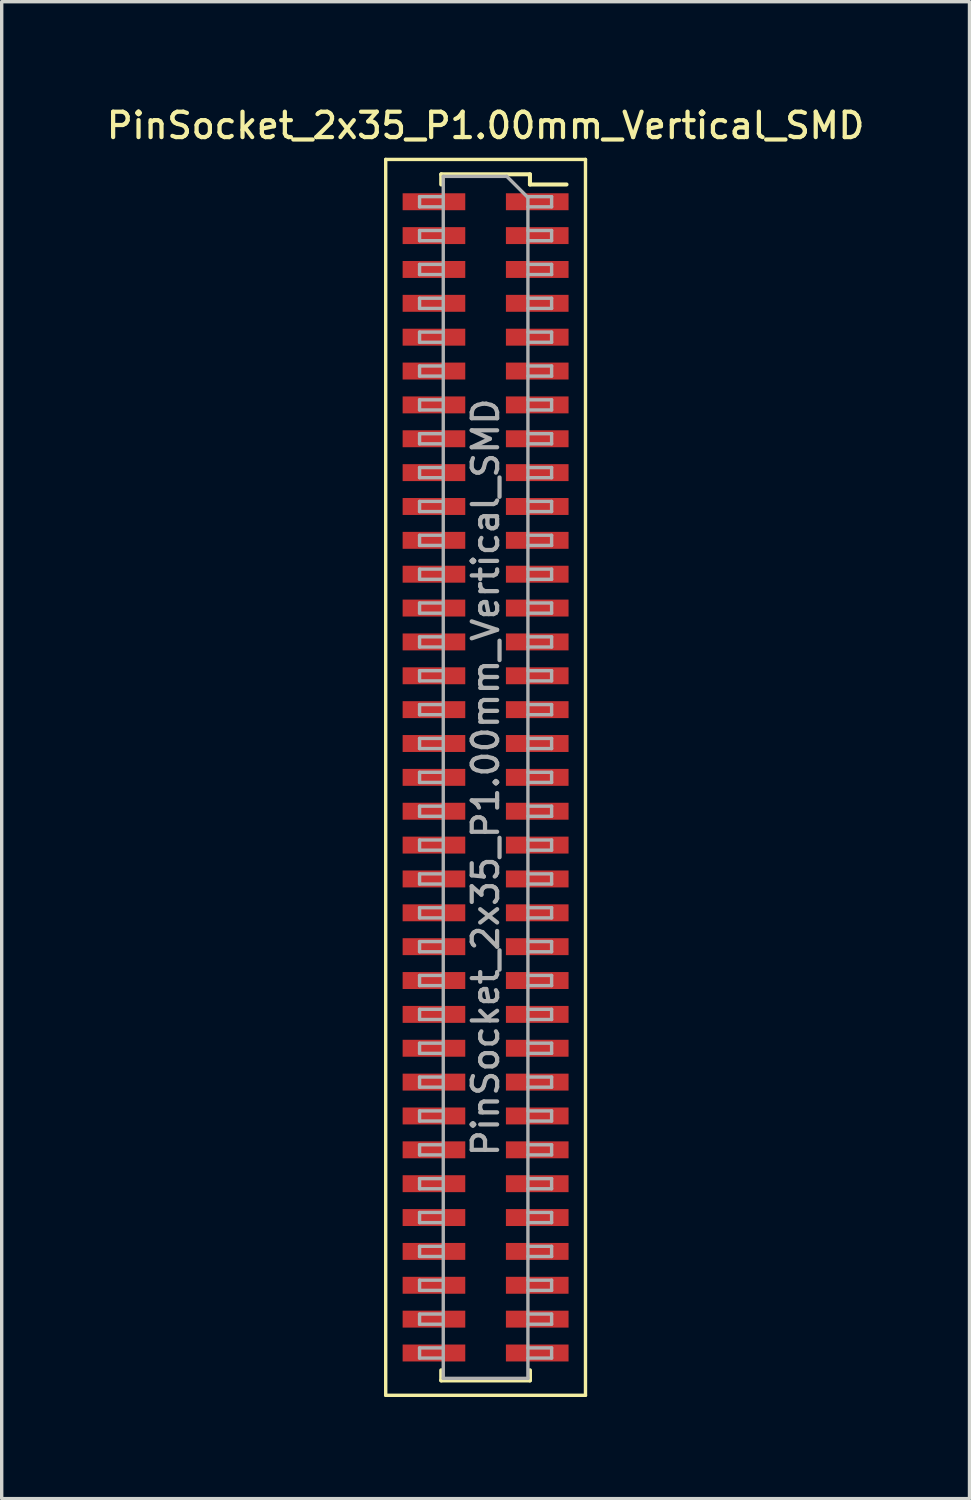
<source format=kicad_pcb>
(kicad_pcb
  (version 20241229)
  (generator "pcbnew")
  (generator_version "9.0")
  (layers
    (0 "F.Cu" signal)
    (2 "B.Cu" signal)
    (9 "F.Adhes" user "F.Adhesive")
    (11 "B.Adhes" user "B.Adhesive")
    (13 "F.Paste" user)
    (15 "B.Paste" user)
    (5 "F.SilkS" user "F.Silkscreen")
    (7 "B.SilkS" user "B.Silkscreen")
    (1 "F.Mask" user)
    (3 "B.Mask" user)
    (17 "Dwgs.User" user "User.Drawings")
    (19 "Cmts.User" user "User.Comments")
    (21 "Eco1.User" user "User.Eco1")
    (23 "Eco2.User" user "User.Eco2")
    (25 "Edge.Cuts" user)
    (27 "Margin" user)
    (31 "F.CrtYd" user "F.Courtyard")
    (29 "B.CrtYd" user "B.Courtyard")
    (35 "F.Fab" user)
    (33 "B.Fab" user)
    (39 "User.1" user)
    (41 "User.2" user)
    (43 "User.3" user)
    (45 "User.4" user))
  (footprint "PinSocket_2x35_P1.00mm_Vertical_SMD"
    (layer "F.Cu")
    (at 11.291 19.908)
    (property "Reference" "PinSocket_2x35_P1.00mm_Vertical_SMD" (at 0 -19.25 0) (layer "F.SilkS") (effects (font (size 0.75 0.75) (thickness 0.125))))
    (attr smd)
    (fp_line (start -2.95 -18.25) (end 2.95 -18.25) (stroke (width 0.1) (type solid)) (layer "F.SilkS"))
    (fp_line (start -2.95 18.25) (end -2.95 -18.25) (stroke (width 0.1) (type solid)) (layer "F.SilkS"))
    (fp_line (start -1.31 -17.81) (end -1.31 -17.51) (stroke (width 0.12) (type solid)) (layer "F.SilkS"))
    (fp_line (start -1.31 -17.81) (end 1.31 -17.81) (stroke (width 0.12) (type solid)) (layer "F.SilkS"))
    (fp_line (start -1.31 17.51) (end -1.31 17.81) (stroke (width 0.12) (type solid)) (layer "F.SilkS"))
    (fp_line (start -1.31 17.81) (end 1.31 17.81) (stroke (width 0.12) (type solid)) (layer "F.SilkS"))
    (fp_line (start 1.31 -17.81) (end 1.31 -17.51) (stroke (width 0.12) (type solid)) (layer "F.SilkS"))
    (fp_line (start 1.31 -17.51) (end 2.39 -17.51) (stroke (width 0.12) (type solid)) (layer "F.SilkS"))
    (fp_line (start 1.31 17.51) (end 1.31 17.81) (stroke (width 0.12) (type solid)) (layer "F.SilkS"))
    (fp_line (start 2.95 -18.25) (end 2.95 18.25) (stroke (width 0.1) (type solid)) (layer "F.SilkS"))
    (fp_line (start 2.95 18.25) (end -2.95 18.25) (stroke (width 0.1) (type solid)) (layer "F.SilkS"))
    (fp_line (start -1.95 -17.15) (end -1.25 -17.15) (stroke (width 0.1) (type solid)) (layer "F.Fab"))
    (fp_line (start -1.95 -16.85) (end -1.95 -17.15) (stroke (width 0.1) (type solid)) (layer "F.Fab"))
    (fp_line (start -1.95 -16.15) (end -1.25 -16.15) (stroke (width 0.1) (type solid)) (layer "F.Fab"))
    (fp_line (start -1.95 -15.85) (end -1.95 -16.15) (stroke (width 0.1) (type solid)) (layer "F.Fab"))
    (fp_line (start -1.95 -15.15) (end -1.25 -15.15) (stroke (width 0.1) (type solid)) (layer "F.Fab"))
    (fp_line (start -1.95 -14.85) (end -1.95 -15.15) (stroke (width 0.1) (type solid)) (layer "F.Fab"))
    (fp_line (start -1.95 -14.15) (end -1.25 -14.15) (stroke (width 0.1) (type solid)) (layer "F.Fab"))
    (fp_line (start -1.95 -13.85) (end -1.95 -14.15) (stroke (width 0.1) (type solid)) (layer "F.Fab"))
    (fp_line (start -1.95 -13.15) (end -1.25 -13.15) (stroke (width 0.1) (type solid)) (layer "F.Fab"))
    (fp_line (start -1.95 -12.85) (end -1.95 -13.15) (stroke (width 0.1) (type solid)) (layer "F.Fab"))
    (fp_line (start -1.95 -12.15) (end -1.25 -12.15) (stroke (width 0.1) (type solid)) (layer "F.Fab"))
    (fp_line (start -1.95 -11.85) (end -1.95 -12.15) (stroke (width 0.1) (type solid)) (layer "F.Fab"))
    (fp_line (start -1.95 -11.15) (end -1.25 -11.15) (stroke (width 0.1) (type solid)) (layer "F.Fab"))
    (fp_line (start -1.95 -10.85) (end -1.95 -11.15) (stroke (width 0.1) (type solid)) (layer "F.Fab"))
    (fp_line (start -1.95 -10.15) (end -1.25 -10.15) (stroke (width 0.1) (type solid)) (layer "F.Fab"))
    (fp_line (start -1.95 -9.85) (end -1.95 -10.15) (stroke (width 0.1) (type solid)) (layer "F.Fab"))
    (fp_line (start -1.95 -9.15) (end -1.25 -9.15) (stroke (width 0.1) (type solid)) (layer "F.Fab"))
    (fp_line (start -1.95 -8.85) (end -1.95 -9.15) (stroke (width 0.1) (type solid)) (layer "F.Fab"))
    (fp_line (start -1.95 -8.15) (end -1.25 -8.15) (stroke (width 0.1) (type solid)) (layer "F.Fab"))
    (fp_line (start -1.95 -7.85) (end -1.95 -8.15) (stroke (width 0.1) (type solid)) (layer "F.Fab"))
    (fp_line (start -1.95 -7.15) (end -1.25 -7.15) (stroke (width 0.1) (type solid)) (layer "F.Fab"))
    (fp_line (start -1.95 -6.85) (end -1.95 -7.15) (stroke (width 0.1) (type solid)) (layer "F.Fab"))
    (fp_line (start -1.95 -6.15) (end -1.25 -6.15) (stroke (width 0.1) (type solid)) (layer "F.Fab"))
    (fp_line (start -1.95 -5.85) (end -1.95 -6.15) (stroke (width 0.1) (type solid)) (layer "F.Fab"))
    (fp_line (start -1.95 -5.15) (end -1.25 -5.15) (stroke (width 0.1) (type solid)) (layer "F.Fab"))
    (fp_line (start -1.95 -4.85) (end -1.95 -5.15) (stroke (width 0.1) (type solid)) (layer "F.Fab"))
    (fp_line (start -1.95 -4.15) (end -1.25 -4.15) (stroke (width 0.1) (type solid)) (layer "F.Fab"))
    (fp_line (start -1.95 -3.85) (end -1.95 -4.15) (stroke (width 0.1) (type solid)) (layer "F.Fab"))
    (fp_line (start -1.95 -3.15) (end -1.25 -3.15) (stroke (width 0.1) (type solid)) (layer "F.Fab"))
    (fp_line (start -1.95 -2.85) (end -1.95 -3.15) (stroke (width 0.1) (type solid)) (layer "F.Fab"))
    (fp_line (start -1.95 -2.15) (end -1.25 -2.15) (stroke (width 0.1) (type solid)) (layer "F.Fab"))
    (fp_line (start -1.95 -1.85) (end -1.95 -2.15) (stroke (width 0.1) (type solid)) (layer "F.Fab"))
    (fp_line (start -1.95 -1.15) (end -1.25 -1.15) (stroke (width 0.1) (type solid)) (layer "F.Fab"))
    (fp_line (start -1.95 -0.85) (end -1.95 -1.15) (stroke (width 0.1) (type solid)) (layer "F.Fab"))
    (fp_line (start -1.95 -0.15) (end -1.25 -0.15) (stroke (width 0.1) (type solid)) (layer "F.Fab"))
    (fp_line (start -1.95 0.15) (end -1.95 -0.15) (stroke (width 0.1) (type solid)) (layer "F.Fab"))
    (fp_line (start -1.95 0.85) (end -1.25 0.85) (stroke (width 0.1) (type solid)) (layer "F.Fab"))
    (fp_line (start -1.95 1.15) (end -1.95 0.85) (stroke (width 0.1) (type solid)) (layer "F.Fab"))
    (fp_line (start -1.95 1.85) (end -1.25 1.85) (stroke (width 0.1) (type solid)) (layer "F.Fab"))
    (fp_line (start -1.95 2.15) (end -1.95 1.85) (stroke (width 0.1) (type solid)) (layer "F.Fab"))
    (fp_line (start -1.95 2.85) (end -1.25 2.85) (stroke (width 0.1) (type solid)) (layer "F.Fab"))
    (fp_line (start -1.95 3.15) (end -1.95 2.85) (stroke (width 0.1) (type solid)) (layer "F.Fab"))
    (fp_line (start -1.95 3.85) (end -1.25 3.85) (stroke (width 0.1) (type solid)) (layer "F.Fab"))
    (fp_line (start -1.95 4.15) (end -1.95 3.85) (stroke (width 0.1) (type solid)) (layer "F.Fab"))
    (fp_line (start -1.95 4.85) (end -1.25 4.85) (stroke (width 0.1) (type solid)) (layer "F.Fab"))
    (fp_line (start -1.95 5.15) (end -1.95 4.85) (stroke (width 0.1) (type solid)) (layer "F.Fab"))
    (fp_line (start -1.95 5.85) (end -1.25 5.85) (stroke (width 0.1) (type solid)) (layer "F.Fab"))
    (fp_line (start -1.95 6.15) (end -1.95 5.85) (stroke (width 0.1) (type solid)) (layer "F.Fab"))
    (fp_line (start -1.95 6.85) (end -1.25 6.85) (stroke (width 0.1) (type solid)) (layer "F.Fab"))
    (fp_line (start -1.95 7.15) (end -1.95 6.85) (stroke (width 0.1) (type solid)) (layer "F.Fab"))
    (fp_line (start -1.95 7.85) (end -1.25 7.85) (stroke (width 0.1) (type solid)) (layer "F.Fab"))
    (fp_line (start -1.95 8.15) (end -1.95 7.85) (stroke (width 0.1) (type solid)) (layer "F.Fab"))
    (fp_line (start -1.95 8.85) (end -1.25 8.85) (stroke (width 0.1) (type solid)) (layer "F.Fab"))
    (fp_line (start -1.95 9.15) (end -1.95 8.85) (stroke (width 0.1) (type solid)) (layer "F.Fab"))
    (fp_line (start -1.95 9.85) (end -1.25 9.85) (stroke (width 0.1) (type solid)) (layer "F.Fab"))
    (fp_line (start -1.95 10.15) (end -1.95 9.85) (stroke (width 0.1) (type solid)) (layer "F.Fab"))
    (fp_line (start -1.95 10.85) (end -1.25 10.85) (stroke (width 0.1) (type solid)) (layer "F.Fab"))
    (fp_line (start -1.95 11.15) (end -1.95 10.85) (stroke (width 0.1) (type solid)) (layer "F.Fab"))
    (fp_line (start -1.95 11.85) (end -1.25 11.85) (stroke (width 0.1) (type solid)) (layer "F.Fab"))
    (fp_line (start -1.95 12.15) (end -1.95 11.85) (stroke (width 0.1) (type solid)) (layer "F.Fab"))
    (fp_line (start -1.95 12.85) (end -1.25 12.85) (stroke (width 0.1) (type solid)) (layer "F.Fab"))
    (fp_line (start -1.95 13.15) (end -1.95 12.85) (stroke (width 0.1) (type solid)) (layer "F.Fab"))
    (fp_line (start -1.95 13.85) (end -1.25 13.85) (stroke (width 0.1) (type solid)) (layer "F.Fab"))
    (fp_line (start -1.95 14.15) (end -1.95 13.85) (stroke (width 0.1) (type solid)) (layer "F.Fab"))
    (fp_line (start -1.95 14.85) (end -1.25 14.85) (stroke (width 0.1) (type solid)) (layer "F.Fab"))
    (fp_line (start -1.95 15.15) (end -1.95 14.85) (stroke (width 0.1) (type solid)) (layer "F.Fab"))
    (fp_line (start -1.95 15.85) (end -1.25 15.85) (stroke (width 0.1) (type solid)) (layer "F.Fab"))
    (fp_line (start -1.95 16.15) (end -1.95 15.85) (stroke (width 0.1) (type solid)) (layer "F.Fab"))
    (fp_line (start -1.95 16.85) (end -1.25 16.85) (stroke (width 0.1) (type solid)) (layer "F.Fab"))
    (fp_line (start -1.95 17.15) (end -1.95 16.85) (stroke (width 0.1) (type solid)) (layer "F.Fab"))
    (fp_line (start -1.25 -17.75) (end 0.625 -17.75) (stroke (width 0.1) (type solid)) (layer "F.Fab"))
    (fp_line (start -1.25 -16.85) (end -1.95 -16.85) (stroke (width 0.1) (type solid)) (layer "F.Fab"))
    (fp_line (start -1.25 -15.85) (end -1.95 -15.85) (stroke (width 0.1) (type solid)) (layer "F.Fab"))
    (fp_line (start -1.25 -14.85) (end -1.95 -14.85) (stroke (width 0.1) (type solid)) (layer "F.Fab"))
    (fp_line (start -1.25 -13.85) (end -1.95 -13.85) (stroke (width 0.1) (type solid)) (layer "F.Fab"))
    (fp_line (start -1.25 -12.85) (end -1.95 -12.85) (stroke (width 0.1) (type solid)) (layer "F.Fab"))
    (fp_line (start -1.25 -11.85) (end -1.95 -11.85) (stroke (width 0.1) (type solid)) (layer "F.Fab"))
    (fp_line (start -1.25 -10.85) (end -1.95 -10.85) (stroke (width 0.1) (type solid)) (layer "F.Fab"))
    (fp_line (start -1.25 -9.85) (end -1.95 -9.85) (stroke (width 0.1) (type solid)) (layer "F.Fab"))
    (fp_line (start -1.25 -8.85) (end -1.95 -8.85) (stroke (width 0.1) (type solid)) (layer "F.Fab"))
    (fp_line (start -1.25 -7.85) (end -1.95 -7.85) (stroke (width 0.1) (type solid)) (layer "F.Fab"))
    (fp_line (start -1.25 -6.85) (end -1.95 -6.85) (stroke (width 0.1) (type solid)) (layer "F.Fab"))
    (fp_line (start -1.25 -5.85) (end -1.95 -5.85) (stroke (width 0.1) (type solid)) (layer "F.Fab"))
    (fp_line (start -1.25 -4.85) (end -1.95 -4.85) (stroke (width 0.1) (type solid)) (layer "F.Fab"))
    (fp_line (start -1.25 -3.85) (end -1.95 -3.85) (stroke (width 0.1) (type solid)) (layer "F.Fab"))
    (fp_line (start -1.25 -2.85) (end -1.95 -2.85) (stroke (width 0.1) (type solid)) (layer "F.Fab"))
    (fp_line (start -1.25 -1.85) (end -1.95 -1.85) (stroke (width 0.1) (type solid)) (layer "F.Fab"))
    (fp_line (start -1.25 -0.85) (end -1.95 -0.85) (stroke (width 0.1) (type solid)) (layer "F.Fab"))
    (fp_line (start -1.25 0.15) (end -1.95 0.15) (stroke (width 0.1) (type solid)) (layer "F.Fab"))
    (fp_line (start -1.25 1.15) (end -1.95 1.15) (stroke (width 0.1) (type solid)) (layer "F.Fab"))
    (fp_line (start -1.25 2.15) (end -1.95 2.15) (stroke (width 0.1) (type solid)) (layer "F.Fab"))
    (fp_line (start -1.25 3.15) (end -1.95 3.15) (stroke (width 0.1) (type solid)) (layer "F.Fab"))
    (fp_line (start -1.25 4.15) (end -1.95 4.15) (stroke (width 0.1) (type solid)) (layer "F.Fab"))
    (fp_line (start -1.25 5.15) (end -1.95 5.15) (stroke (width 0.1) (type solid)) (layer "F.Fab"))
    (fp_line (start -1.25 6.15) (end -1.95 6.15) (stroke (width 0.1) (type solid)) (layer "F.Fab"))
    (fp_line (start -1.25 7.15) (end -1.95 7.15) (stroke (width 0.1) (type solid)) (layer "F.Fab"))
    (fp_line (start -1.25 8.15) (end -1.95 8.15) (stroke (width 0.1) (type solid)) (layer "F.Fab"))
    (fp_line (start -1.25 9.15) (end -1.95 9.15) (stroke (width 0.1) (type solid)) (layer "F.Fab"))
    (fp_line (start -1.25 10.15) (end -1.95 10.15) (stroke (width 0.1) (type solid)) (layer "F.Fab"))
    (fp_line (start -1.25 11.15) (end -1.95 11.15) (stroke (width 0.1) (type solid)) (layer "F.Fab"))
    (fp_line (start -1.25 12.15) (end -1.95 12.15) (stroke (width 0.1) (type solid)) (layer "F.Fab"))
    (fp_line (start -1.25 13.15) (end -1.95 13.15) (stroke (width 0.1) (type solid)) (layer "F.Fab"))
    (fp_line (start -1.25 14.15) (end -1.95 14.15) (stroke (width 0.1) (type solid)) (layer "F.Fab"))
    (fp_line (start -1.25 15.15) (end -1.95 15.15) (stroke (width 0.1) (type solid)) (layer "F.Fab"))
    (fp_line (start -1.25 16.15) (end -1.95 16.15) (stroke (width 0.1) (type solid)) (layer "F.Fab"))
    (fp_line (start -1.25 17.15) (end -1.95 17.15) (stroke (width 0.1) (type solid)) (layer "F.Fab"))
    (fp_line (start -1.25 17.75) (end -1.25 -17.75) (stroke (width 0.1) (type solid)) (layer "F.Fab"))
    (fp_line (start 0.625 -17.75) (end 1.25 -17.125) (stroke (width 0.1) (type solid)) (layer "F.Fab"))
    (fp_line (start 1.25 -17.15) (end 1.95 -17.15) (stroke (width 0.1) (type solid)) (layer "F.Fab"))
    (fp_line (start 1.25 -17.125) (end 1.25 17.75) (stroke (width 0.1) (type solid)) (layer "F.Fab"))
    (fp_line (start 1.25 -16.15) (end 1.95 -16.15) (stroke (width 0.1) (type solid)) (layer "F.Fab"))
    (fp_line (start 1.25 -15.15) (end 1.95 -15.15) (stroke (width 0.1) (type solid)) (layer "F.Fab"))
    (fp_line (start 1.25 -14.15) (end 1.95 -14.15) (stroke (width 0.1) (type solid)) (layer "F.Fab"))
    (fp_line (start 1.25 -13.15) (end 1.95 -13.15) (stroke (width 0.1) (type solid)) (layer "F.Fab"))
    (fp_line (start 1.25 -12.15) (end 1.95 -12.15) (stroke (width 0.1) (type solid)) (layer "F.Fab"))
    (fp_line (start 1.25 -11.15) (end 1.95 -11.15) (stroke (width 0.1) (type solid)) (layer "F.Fab"))
    (fp_line (start 1.25 -10.15) (end 1.95 -10.15) (stroke (width 0.1) (type solid)) (layer "F.Fab"))
    (fp_line (start 1.25 -9.15) (end 1.95 -9.15) (stroke (width 0.1) (type solid)) (layer "F.Fab"))
    (fp_line (start 1.25 -8.15) (end 1.95 -8.15) (stroke (width 0.1) (type solid)) (layer "F.Fab"))
    (fp_line (start 1.25 -7.15) (end 1.95 -7.15) (stroke (width 0.1) (type solid)) (layer "F.Fab"))
    (fp_line (start 1.25 -6.15) (end 1.95 -6.15) (stroke (width 0.1) (type solid)) (layer "F.Fab"))
    (fp_line (start 1.25 -5.15) (end 1.95 -5.15) (stroke (width 0.1) (type solid)) (layer "F.Fab"))
    (fp_line (start 1.25 -4.15) (end 1.95 -4.15) (stroke (width 0.1) (type solid)) (layer "F.Fab"))
    (fp_line (start 1.25 -3.15) (end 1.95 -3.15) (stroke (width 0.1) (type solid)) (layer "F.Fab"))
    (fp_line (start 1.25 -2.15) (end 1.95 -2.15) (stroke (width 0.1) (type solid)) (layer "F.Fab"))
    (fp_line (start 1.25 -1.15) (end 1.95 -1.15) (stroke (width 0.1) (type solid)) (layer "F.Fab"))
    (fp_line (start 1.25 -0.15) (end 1.95 -0.15) (stroke (width 0.1) (type solid)) (layer "F.Fab"))
    (fp_line (start 1.25 0.85) (end 1.95 0.85) (stroke (width 0.1) (type solid)) (layer "F.Fab"))
    (fp_line (start 1.25 1.85) (end 1.95 1.85) (stroke (width 0.1) (type solid)) (layer "F.Fab"))
    (fp_line (start 1.25 2.85) (end 1.95 2.85) (stroke (width 0.1) (type solid)) (layer "F.Fab"))
    (fp_line (start 1.25 3.85) (end 1.95 3.85) (stroke (width 0.1) (type solid)) (layer "F.Fab"))
    (fp_line (start 1.25 4.85) (end 1.95 4.85) (stroke (width 0.1) (type solid)) (layer "F.Fab"))
    (fp_line (start 1.25 5.85) (end 1.95 5.85) (stroke (width 0.1) (type solid)) (layer "F.Fab"))
    (fp_line (start 1.25 6.85) (end 1.95 6.85) (stroke (width 0.1) (type solid)) (layer "F.Fab"))
    (fp_line (start 1.25 7.85) (end 1.95 7.85) (stroke (width 0.1) (type solid)) (layer "F.Fab"))
    (fp_line (start 1.25 8.85) (end 1.95 8.85) (stroke (width 0.1) (type solid)) (layer "F.Fab"))
    (fp_line (start 1.25 9.85) (end 1.95 9.85) (stroke (width 0.1) (type solid)) (layer "F.Fab"))
    (fp_line (start 1.25 10.85) (end 1.95 10.85) (stroke (width 0.1) (type solid)) (layer "F.Fab"))
    (fp_line (start 1.25 11.85) (end 1.95 11.85) (stroke (width 0.1) (type solid)) (layer "F.Fab"))
    (fp_line (start 1.25 12.85) (end 1.95 12.85) (stroke (width 0.1) (type solid)) (layer "F.Fab"))
    (fp_line (start 1.25 13.85) (end 1.95 13.85) (stroke (width 0.1) (type solid)) (layer "F.Fab"))
    (fp_line (start 1.25 14.85) (end 1.95 14.85) (stroke (width 0.1) (type solid)) (layer "F.Fab"))
    (fp_line (start 1.25 15.85) (end 1.95 15.85) (stroke (width 0.1) (type solid)) (layer "F.Fab"))
    (fp_line (start 1.25 16.85) (end 1.95 16.85) (stroke (width 0.1) (type solid)) (layer "F.Fab"))
    (fp_line (start 1.25 17.75) (end -1.25 17.75) (stroke (width 0.1) (type solid)) (layer "F.Fab"))
    (fp_line (start 1.95 -17.15) (end 1.95 -16.85) (stroke (width 0.1) (type solid)) (layer "F.Fab"))
    (fp_line (start 1.95 -16.85) (end 1.25 -16.85) (stroke (width 0.1) (type solid)) (layer "F.Fab"))
    (fp_line (start 1.95 -16.15) (end 1.95 -15.85) (stroke (width 0.1) (type solid)) (layer "F.Fab"))
    (fp_line (start 1.95 -15.85) (end 1.25 -15.85) (stroke (width 0.1) (type solid)) (layer "F.Fab"))
    (fp_line (start 1.95 -15.15) (end 1.95 -14.85) (stroke (width 0.1) (type solid)) (layer "F.Fab"))
    (fp_line (start 1.95 -14.85) (end 1.25 -14.85) (stroke (width 0.1) (type solid)) (layer "F.Fab"))
    (fp_line (start 1.95 -14.15) (end 1.95 -13.85) (stroke (width 0.1) (type solid)) (layer "F.Fab"))
    (fp_line (start 1.95 -13.85) (end 1.25 -13.85) (stroke (width 0.1) (type solid)) (layer "F.Fab"))
    (fp_line (start 1.95 -13.15) (end 1.95 -12.85) (stroke (width 0.1) (type solid)) (layer "F.Fab"))
    (fp_line (start 1.95 -12.85) (end 1.25 -12.85) (stroke (width 0.1) (type solid)) (layer "F.Fab"))
    (fp_line (start 1.95 -12.15) (end 1.95 -11.85) (stroke (width 0.1) (type solid)) (layer "F.Fab"))
    (fp_line (start 1.95 -11.85) (end 1.25 -11.85) (stroke (width 0.1) (type solid)) (layer "F.Fab"))
    (fp_line (start 1.95 -11.15) (end 1.95 -10.85) (stroke (width 0.1) (type solid)) (layer "F.Fab"))
    (fp_line (start 1.95 -10.85) (end 1.25 -10.85) (stroke (width 0.1) (type solid)) (layer "F.Fab"))
    (fp_line (start 1.95 -10.15) (end 1.95 -9.85) (stroke (width 0.1) (type solid)) (layer "F.Fab"))
    (fp_line (start 1.95 -9.85) (end 1.25 -9.85) (stroke (width 0.1) (type solid)) (layer "F.Fab"))
    (fp_line (start 1.95 -9.15) (end 1.95 -8.85) (stroke (width 0.1) (type solid)) (layer "F.Fab"))
    (fp_line (start 1.95 -8.85) (end 1.25 -8.85) (stroke (width 0.1) (type solid)) (layer "F.Fab"))
    (fp_line (start 1.95 -8.15) (end 1.95 -7.85) (stroke (width 0.1) (type solid)) (layer "F.Fab"))
    (fp_line (start 1.95 -7.85) (end 1.25 -7.85) (stroke (width 0.1) (type solid)) (layer "F.Fab"))
    (fp_line (start 1.95 -7.15) (end 1.95 -6.85) (stroke (width 0.1) (type solid)) (layer "F.Fab"))
    (fp_line (start 1.95 -6.85) (end 1.25 -6.85) (stroke (width 0.1) (type solid)) (layer "F.Fab"))
    (fp_line (start 1.95 -6.15) (end 1.95 -5.85) (stroke (width 0.1) (type solid)) (layer "F.Fab"))
    (fp_line (start 1.95 -5.85) (end 1.25 -5.85) (stroke (width 0.1) (type solid)) (layer "F.Fab"))
    (fp_line (start 1.95 -5.15) (end 1.95 -4.85) (stroke (width 0.1) (type solid)) (layer "F.Fab"))
    (fp_line (start 1.95 -4.85) (end 1.25 -4.85) (stroke (width 0.1) (type solid)) (layer "F.Fab"))
    (fp_line (start 1.95 -4.15) (end 1.95 -3.85) (stroke (width 0.1) (type solid)) (layer "F.Fab"))
    (fp_line (start 1.95 -3.85) (end 1.25 -3.85) (stroke (width 0.1) (type solid)) (layer "F.Fab"))
    (fp_line (start 1.95 -3.15) (end 1.95 -2.85) (stroke (width 0.1) (type solid)) (layer "F.Fab"))
    (fp_line (start 1.95 -2.85) (end 1.25 -2.85) (stroke (width 0.1) (type solid)) (layer "F.Fab"))
    (fp_line (start 1.95 -2.15) (end 1.95 -1.85) (stroke (width 0.1) (type solid)) (layer "F.Fab"))
    (fp_line (start 1.95 -1.85) (end 1.25 -1.85) (stroke (width 0.1) (type solid)) (layer "F.Fab"))
    (fp_line (start 1.95 -1.15) (end 1.95 -0.85) (stroke (width 0.1) (type solid)) (layer "F.Fab"))
    (fp_line (start 1.95 -0.85) (end 1.25 -0.85) (stroke (width 0.1) (type solid)) (layer "F.Fab"))
    (fp_line (start 1.95 -0.15) (end 1.95 0.15) (stroke (width 0.1) (type solid)) (layer "F.Fab"))
    (fp_line (start 1.95 0.15) (end 1.25 0.15) (stroke (width 0.1) (type solid)) (layer "F.Fab"))
    (fp_line (start 1.95 0.85) (end 1.95 1.15) (stroke (width 0.1) (type solid)) (layer "F.Fab"))
    (fp_line (start 1.95 1.15) (end 1.25 1.15) (stroke (width 0.1) (type solid)) (layer "F.Fab"))
    (fp_line (start 1.95 1.85) (end 1.95 2.15) (stroke (width 0.1) (type solid)) (layer "F.Fab"))
    (fp_line (start 1.95 2.15) (end 1.25 2.15) (stroke (width 0.1) (type solid)) (layer "F.Fab"))
    (fp_line (start 1.95 2.85) (end 1.95 3.15) (stroke (width 0.1) (type solid)) (layer "F.Fab"))
    (fp_line (start 1.95 3.15) (end 1.25 3.15) (stroke (width 0.1) (type solid)) (layer "F.Fab"))
    (fp_line (start 1.95 3.85) (end 1.95 4.15) (stroke (width 0.1) (type solid)) (layer "F.Fab"))
    (fp_line (start 1.95 4.15) (end 1.25 4.15) (stroke (width 0.1) (type solid)) (layer "F.Fab"))
    (fp_line (start 1.95 4.85) (end 1.95 5.15) (stroke (width 0.1) (type solid)) (layer "F.Fab"))
    (fp_line (start 1.95 5.15) (end 1.25 5.15) (stroke (width 0.1) (type solid)) (layer "F.Fab"))
    (fp_line (start 1.95 5.85) (end 1.95 6.15) (stroke (width 0.1) (type solid)) (layer "F.Fab"))
    (fp_line (start 1.95 6.15) (end 1.25 6.15) (stroke (width 0.1) (type solid)) (layer "F.Fab"))
    (fp_line (start 1.95 6.85) (end 1.95 7.15) (stroke (width 0.1) (type solid)) (layer "F.Fab"))
    (fp_line (start 1.95 7.15) (end 1.25 7.15) (stroke (width 0.1) (type solid)) (layer "F.Fab"))
    (fp_line (start 1.95 7.85) (end 1.95 8.15) (stroke (width 0.1) (type solid)) (layer "F.Fab"))
    (fp_line (start 1.95 8.15) (end 1.25 8.15) (stroke (width 0.1) (type solid)) (layer "F.Fab"))
    (fp_line (start 1.95 8.85) (end 1.95 9.15) (stroke (width 0.1) (type solid)) (layer "F.Fab"))
    (fp_line (start 1.95 9.15) (end 1.25 9.15) (stroke (width 0.1) (type solid)) (layer "F.Fab"))
    (fp_line (start 1.95 9.85) (end 1.95 10.15) (stroke (width 0.1) (type solid)) (layer "F.Fab"))
    (fp_line (start 1.95 10.15) (end 1.25 10.15) (stroke (width 0.1) (type solid)) (layer "F.Fab"))
    (fp_line (start 1.95 10.85) (end 1.95 11.15) (stroke (width 0.1) (type solid)) (layer "F.Fab"))
    (fp_line (start 1.95 11.15) (end 1.25 11.15) (stroke (width 0.1) (type solid)) (layer "F.Fab"))
    (fp_line (start 1.95 11.85) (end 1.95 12.15) (stroke (width 0.1) (type solid)) (layer "F.Fab"))
    (fp_line (start 1.95 12.15) (end 1.25 12.15) (stroke (width 0.1) (type solid)) (layer "F.Fab"))
    (fp_line (start 1.95 12.85) (end 1.95 13.15) (stroke (width 0.1) (type solid)) (layer "F.Fab"))
    (fp_line (start 1.95 13.15) (end 1.25 13.15) (stroke (width 0.1) (type solid)) (layer "F.Fab"))
    (fp_line (start 1.95 13.85) (end 1.95 14.15) (stroke (width 0.1) (type solid)) (layer "F.Fab"))
    (fp_line (start 1.95 14.15) (end 1.25 14.15) (stroke (width 0.1) (type solid)) (layer "F.Fab"))
    (fp_line (start 1.95 14.85) (end 1.95 15.15) (stroke (width 0.1) (type solid)) (layer "F.Fab"))
    (fp_line (start 1.95 15.15) (end 1.25 15.15) (stroke (width 0.1) (type solid)) (layer "F.Fab"))
    (fp_line (start 1.95 15.85) (end 1.95 16.15) (stroke (width 0.1) (type solid)) (layer "F.Fab"))
    (fp_line (start 1.95 16.15) (end 1.25 16.15) (stroke (width 0.1) (type solid)) (layer "F.Fab"))
    (fp_line (start 1.95 16.85) (end 1.95 17.15) (stroke (width 0.1) (type solid)) (layer "F.Fab"))
    (fp_line (start 1.95 17.15) (end 1.25 17.15) (stroke (width 0.1) (type solid)) (layer "F.Fab"))
    (fp_text user "${REFERENCE}" (at 0 0 90) (layer "F.Fab") (effects (font (size 0.75 0.75) (thickness 0.125))))
    (pad "1" smd rect (at 1.525 -17) (size 1.85 0.5) (layers "F.Cu" "F.Mask" "F.Paste"))
    (pad "2" smd rect (at -1.525 -17) (size 1.85 0.5) (layers "F.Cu" "F.Mask" "F.Paste"))
    (pad "3" smd rect (at 1.525 -16) (size 1.85 0.5) (layers "F.Cu" "F.Mask" "F.Paste"))
    (pad "4" smd rect (at -1.525 -16) (size 1.85 0.5) (layers "F.Cu" "F.Mask" "F.Paste"))
    (pad "5" smd rect (at 1.525 -15) (size 1.85 0.5) (layers "F.Cu" "F.Mask" "F.Paste"))
    (pad "6" smd rect (at -1.525 -15) (size 1.85 0.5) (layers "F.Cu" "F.Mask" "F.Paste"))
    (pad "7" smd rect (at 1.525 -14) (size 1.85 0.5) (layers "F.Cu" "F.Mask" "F.Paste"))
    (pad "8" smd rect (at -1.525 -14) (size 1.85 0.5) (layers "F.Cu" "F.Mask" "F.Paste"))
    (pad "9" smd rect (at 1.525 -13) (size 1.85 0.5) (layers "F.Cu" "F.Mask" "F.Paste"))
    (pad "10" smd rect (at -1.525 -13) (size 1.85 0.5) (layers "F.Cu" "F.Mask" "F.Paste"))
    (pad "11" smd rect (at 1.525 -12) (size 1.85 0.5) (layers "F.Cu" "F.Mask" "F.Paste"))
    (pad "12" smd rect (at -1.525 -12) (size 1.85 0.5) (layers "F.Cu" "F.Mask" "F.Paste"))
    (pad "13" smd rect (at 1.525 -11) (size 1.85 0.5) (layers "F.Cu" "F.Mask" "F.Paste"))
    (pad "14" smd rect (at -1.525 -11) (size 1.85 0.5) (layers "F.Cu" "F.Mask" "F.Paste"))
    (pad "15" smd rect (at 1.525 -10) (size 1.85 0.5) (layers "F.Cu" "F.Mask" "F.Paste"))
    (pad "16" smd rect (at -1.525 -10) (size 1.85 0.5) (layers "F.Cu" "F.Mask" "F.Paste"))
    (pad "17" smd rect (at 1.525 -9) (size 1.85 0.5) (layers "F.Cu" "F.Mask" "F.Paste"))
    (pad "18" smd rect (at -1.525 -9) (size 1.85 0.5) (layers "F.Cu" "F.Mask" "F.Paste"))
    (pad "19" smd rect (at 1.525 -8) (size 1.85 0.5) (layers "F.Cu" "F.Mask" "F.Paste"))
    (pad "20" smd rect (at -1.525 -8) (size 1.85 0.5) (layers "F.Cu" "F.Mask" "F.Paste"))
    (pad "21" smd rect (at 1.525 -7) (size 1.85 0.5) (layers "F.Cu" "F.Mask" "F.Paste"))
    (pad "22" smd rect (at -1.525 -7) (size 1.85 0.5) (layers "F.Cu" "F.Mask" "F.Paste"))
    (pad "23" smd rect (at 1.525 -6) (size 1.85 0.5) (layers "F.Cu" "F.Mask" "F.Paste"))
    (pad "24" smd rect (at -1.525 -6) (size 1.85 0.5) (layers "F.Cu" "F.Mask" "F.Paste"))
    (pad "25" smd rect (at 1.525 -5) (size 1.85 0.5) (layers "F.Cu" "F.Mask" "F.Paste"))
    (pad "26" smd rect (at -1.525 -5) (size 1.85 0.5) (layers "F.Cu" "F.Mask" "F.Paste"))
    (pad "27" smd rect (at 1.525 -4) (size 1.85 0.5) (layers "F.Cu" "F.Mask" "F.Paste"))
    (pad "28" smd rect (at -1.525 -4) (size 1.85 0.5) (layers "F.Cu" "F.Mask" "F.Paste"))
    (pad "29" smd rect (at 1.525 -3) (size 1.85 0.5) (layers "F.Cu" "F.Mask" "F.Paste"))
    (pad "30" smd rect (at -1.525 -3) (size 1.85 0.5) (layers "F.Cu" "F.Mask" "F.Paste"))
    (pad "31" smd rect (at 1.525 -2) (size 1.85 0.5) (layers "F.Cu" "F.Mask" "F.Paste"))
    (pad "32" smd rect (at -1.525 -2) (size 1.85 0.5) (layers "F.Cu" "F.Mask" "F.Paste"))
    (pad "33" smd rect (at 1.525 -1) (size 1.85 0.5) (layers "F.Cu" "F.Mask" "F.Paste"))
    (pad "34" smd rect (at -1.525 -1) (size 1.85 0.5) (layers "F.Cu" "F.Mask" "F.Paste"))
    (pad "35" smd rect (at 1.525 0) (size 1.85 0.5) (layers "F.Cu" "F.Mask" "F.Paste"))
    (pad "36" smd rect (at -1.525 0) (size 1.85 0.5) (layers "F.Cu" "F.Mask" "F.Paste"))
    (pad "37" smd rect (at 1.525 1) (size 1.85 0.5) (layers "F.Cu" "F.Mask" "F.Paste"))
    (pad "38" smd rect (at -1.525 1) (size 1.85 0.5) (layers "F.Cu" "F.Mask" "F.Paste"))
    (pad "39" smd rect (at 1.525 2) (size 1.85 0.5) (layers "F.Cu" "F.Mask" "F.Paste"))
    (pad "40" smd rect (at -1.525 2) (size 1.85 0.5) (layers "F.Cu" "F.Mask" "F.Paste"))
    (pad "41" smd rect (at 1.525 3) (size 1.85 0.5) (layers "F.Cu" "F.Mask" "F.Paste"))
    (pad "42" smd rect (at -1.525 3) (size 1.85 0.5) (layers "F.Cu" "F.Mask" "F.Paste"))
    (pad "43" smd rect (at 1.525 4) (size 1.85 0.5) (layers "F.Cu" "F.Mask" "F.Paste"))
    (pad "44" smd rect (at -1.525 4) (size 1.85 0.5) (layers "F.Cu" "F.Mask" "F.Paste"))
    (pad "45" smd rect (at 1.525 5) (size 1.85 0.5) (layers "F.Cu" "F.Mask" "F.Paste"))
    (pad "46" smd rect (at -1.525 5) (size 1.85 0.5) (layers "F.Cu" "F.Mask" "F.Paste"))
    (pad "47" smd rect (at 1.525 6) (size 1.85 0.5) (layers "F.Cu" "F.Mask" "F.Paste"))
    (pad "48" smd rect (at -1.525 6) (size 1.85 0.5) (layers "F.Cu" "F.Mask" "F.Paste"))
    (pad "49" smd rect (at 1.525 7) (size 1.85 0.5) (layers "F.Cu" "F.Mask" "F.Paste"))
    (pad "50" smd rect (at -1.525 7) (size 1.85 0.5) (layers "F.Cu" "F.Mask" "F.Paste"))
    (pad "51" smd rect (at 1.525 8) (size 1.85 0.5) (layers "F.Cu" "F.Mask" "F.Paste"))
    (pad "52" smd rect (at -1.525 8) (size 1.85 0.5) (layers "F.Cu" "F.Mask" "F.Paste"))
    (pad "53" smd rect (at 1.525 9) (size 1.85 0.5) (layers "F.Cu" "F.Mask" "F.Paste"))
    (pad "54" smd rect (at -1.525 9) (size 1.85 0.5) (layers "F.Cu" "F.Mask" "F.Paste"))
    (pad "55" smd rect (at 1.525 10) (size 1.85 0.5) (layers "F.Cu" "F.Mask" "F.Paste"))
    (pad "56" smd rect (at -1.525 10) (size 1.85 0.5) (layers "F.Cu" "F.Mask" "F.Paste"))
    (pad "57" smd rect (at 1.525 11) (size 1.85 0.5) (layers "F.Cu" "F.Mask" "F.Paste"))
    (pad "58" smd rect (at -1.525 11) (size 1.85 0.5) (layers "F.Cu" "F.Mask" "F.Paste"))
    (pad "59" smd rect (at 1.525 12) (size 1.85 0.5) (layers "F.Cu" "F.Mask" "F.Paste"))
    (pad "60" smd rect (at -1.525 12) (size 1.85 0.5) (layers "F.Cu" "F.Mask" "F.Paste"))
    (pad "61" smd rect (at 1.525 13) (size 1.85 0.5) (layers "F.Cu" "F.Mask" "F.Paste"))
    (pad "62" smd rect (at -1.525 13) (size 1.85 0.5) (layers "F.Cu" "F.Mask" "F.Paste"))
    (pad "63" smd rect (at 1.525 14) (size 1.85 0.5) (layers "F.Cu" "F.Mask" "F.Paste"))
    (pad "64" smd rect (at -1.525 14) (size 1.85 0.5) (layers "F.Cu" "F.Mask" "F.Paste"))
    (pad "65" smd rect (at 1.525 15) (size 1.85 0.5) (layers "F.Cu" "F.Mask" "F.Paste"))
    (pad "66" smd rect (at -1.525 15) (size 1.85 0.5) (layers "F.Cu" "F.Mask" "F.Paste"))
    (pad "67" smd rect (at 1.525 16) (size 1.85 0.5) (layers "F.Cu" "F.Mask" "F.Paste"))
    (pad "68" smd rect (at -1.525 16) (size 1.85 0.5) (layers "F.Cu" "F.Mask" "F.Paste"))
    (pad "69" smd rect (at 1.525 17) (size 1.85 0.5) (layers "F.Cu" "F.Mask" "F.Paste"))
    (pad "70" smd rect (at -1.525 17) (size 1.85 0.5) (layers "F.Cu" "F.Mask" "F.Paste")))
  (gr_rect
    (start -3 -3)
    (end 25.582 41.208)
    (stroke (width 0.1) (type default))
    (fill no)
    (layer "Edge.Cuts")))
</source>
